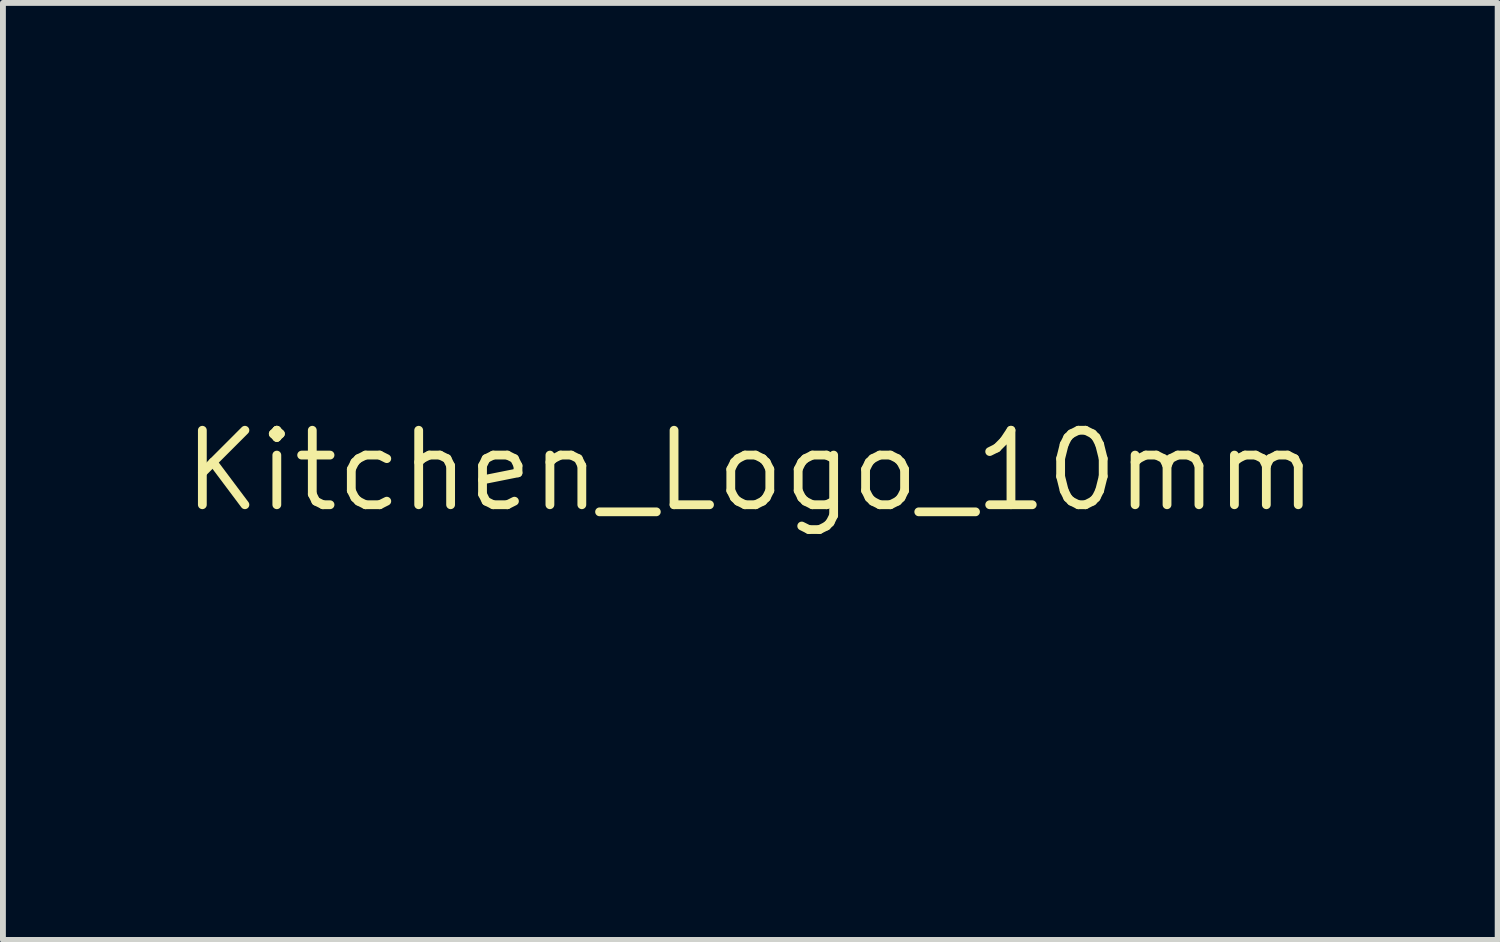
<source format=kicad_pcb>
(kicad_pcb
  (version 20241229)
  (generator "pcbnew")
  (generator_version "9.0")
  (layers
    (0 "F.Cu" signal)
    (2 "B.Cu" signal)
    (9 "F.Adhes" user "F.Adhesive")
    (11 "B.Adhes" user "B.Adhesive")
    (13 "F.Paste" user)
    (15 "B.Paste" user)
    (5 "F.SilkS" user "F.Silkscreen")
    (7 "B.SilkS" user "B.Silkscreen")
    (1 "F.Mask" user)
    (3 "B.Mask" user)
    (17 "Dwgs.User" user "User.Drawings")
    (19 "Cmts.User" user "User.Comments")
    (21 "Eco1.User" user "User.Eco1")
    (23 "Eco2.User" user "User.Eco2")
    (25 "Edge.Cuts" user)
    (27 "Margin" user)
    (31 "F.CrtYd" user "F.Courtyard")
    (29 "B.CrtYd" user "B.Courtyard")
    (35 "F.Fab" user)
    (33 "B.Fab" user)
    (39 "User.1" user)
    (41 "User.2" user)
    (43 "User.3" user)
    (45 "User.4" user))
  (footprint "Kitchen_Logo_10mm"
    (layer "F.Cu")
    (at 9.744 4.977)
    (property "Reference" "Kitchen_Logo_10mm" (at 0 0 0) (layer "F.SilkS") (effects (font (size 1.27 1.27) (thickness 0.15))))
    (attr through_hole)
    (fp_poly (pts (xy -0.988 3.925) (xy -0.974 3.979) (xy -1.004 4.05) (xy -1.058 4.064) (xy -1.129 4.034) (xy -1.143 3.979) (xy -1.113 3.909) (xy -1.058 3.895) (xy -0.988 3.925)) (stroke (width 0.01) (type solid)) (fill yes) (layer "B.Mask"))
    (fp_poly (pts (xy 4.253 3.915) (xy 4.276 3.979) (xy 4.251 4.046) (xy 4.17 4.064) (xy 4.087 4.044) (xy 4.064 3.979) (xy 4.089 3.913) (xy 4.17 3.895) (xy 4.253 3.915)) (stroke (width 0.01) (type solid)) (fill yes) (layer "B.Mask"))
    (fp_poly (pts (xy 2.023 3.491) (xy 2.069 3.519) (xy 2.037 3.554) (xy 2.031 3.558) (xy 1.994 3.59) (xy 2.024 3.598) (xy 2.064 3.633) (xy 2.067 3.694) (xy 2.039 3.761) (xy 1.967 3.788) (xy 1.912 3.79) (xy 1.812 3.784) (xy 1.757 3.767) (xy 1.755 3.765) (xy 1.754 3.71) (xy 1.772 3.616) (xy 1.834 3.508) (xy 1.937 3.473) (xy 2.023 3.491)) (stroke (width 0.01) (type solid)) (fill yes) (layer "B.Mask"))
    (fp_poly (pts (xy -0.72 3.485) (xy -0.64 3.547) (xy -0.636 3.553) (xy -0.599 3.635) (xy -0.609 3.688) (xy -0.659 3.743) (xy -0.773 3.802) (xy -0.914 3.785) (xy -0.921 3.782) (xy -0.964 3.726) (xy -0.97 3.633) (xy -0.949 3.57) (xy -0.833 3.57) (xy -0.827 3.595) (xy -0.804 3.598) (xy -0.769 3.583) (xy -0.776 3.57) (xy -0.826 3.565) (xy -0.833 3.57) (xy -0.949 3.57) (xy -0.939 3.543) (xy -0.923 3.522) (xy -0.828 3.476) (xy -0.72 3.485)) (stroke (width 0.01) (type solid)) (fill yes) (layer "B.Mask"))
    (fp_poly (pts (xy -0.434 3.479) (xy -0.324 3.499) (xy -0.274 3.543) (xy -0.261 3.59) (xy -0.276 3.713) (xy -0.351 3.788) (xy -0.468 3.802) (xy -0.54 3.782) (xy -0.592 3.741) (xy -0.571 3.704) (xy -0.488 3.684) (xy -0.466 3.683) (xy -0.376 3.671) (xy -0.339 3.644) (xy -0.339 3.643) (xy -0.371 3.584) (xy -0.44 3.573) (xy -0.482 3.594) (xy -0.549 3.617) (xy -0.588 3.566) (xy -0.593 3.525) (xy -0.564 3.486) (xy -0.471 3.477) (xy -0.434 3.479)) (stroke (width 0.01) (type solid)) (fill yes) (layer "B.Mask"))
    (fp_poly (pts (xy 1.579 3.488) (xy 1.643 3.522) (xy 1.692 3.615) (xy 1.674 3.704) (xy 1.606 3.772) (xy 1.504 3.8) (xy 1.408 3.782) (xy 1.355 3.741) (xy 1.376 3.704) (xy 1.459 3.684) (xy 1.482 3.683) (xy 1.571 3.67) (xy 1.609 3.64) (xy 1.609 3.639) (xy 1.578 3.589) (xy 1.514 3.564) (xy 1.458 3.576) (xy 1.449 3.591) (xy 1.41 3.639) (xy 1.369 3.619) (xy 1.355 3.556) (xy 1.376 3.492) (xy 1.455 3.472) (xy 1.473 3.471) (xy 1.579 3.488)) (stroke (width 0.01) (type solid)) (fill yes) (layer "B.Mask"))
    (fp_poly (pts (xy 4.349 4.158) (xy 4.398 4.191) (xy 4.403 4.216) (xy 4.367 4.28) (xy 4.318 4.306) (xy 4.249 4.358) (xy 4.227 4.444) (xy 4.251 4.529) (xy 4.319 4.578) (xy 4.328 4.58) (xy 4.409 4.619) (xy 4.437 4.667) (xy 4.435 4.705) (xy 4.4 4.727) (xy 4.316 4.738) (xy 4.167 4.741) (xy 4.128 4.741) (xy 3.963 4.739) (xy 3.867 4.73) (xy 3.824 4.711) (xy 3.816 4.676) (xy 3.818 4.667) (xy 3.869 4.604) (xy 3.948 4.58) (xy 4.017 4.565) (xy 4.051 4.527) (xy 4.063 4.441) (xy 4.064 4.358) (xy 4.064 4.149) (xy 4.233 4.149) (xy 4.349 4.158)) (stroke (width 0.01) (type solid)) (fill yes) (layer "B.Mask"))
    (fp_poly (pts (xy -1.005 4.157) (xy -0.89 4.181) (xy -0.828 4.224) (xy -0.826 4.27) (xy -0.893 4.305) (xy -0.921 4.31) (xy -0.992 4.342) (xy -1.016 4.424) (xy -1.016 4.445) (xy -1.001 4.536) (xy -0.941 4.573) (xy -0.9 4.58) (xy -0.803 4.616) (xy -0.77 4.667) (xy -0.772 4.705) (xy -0.807 4.727) (xy -0.891 4.738) (xy -1.04 4.741) (xy -1.079 4.741) (xy -1.244 4.739) (xy -1.34 4.73) (xy -1.383 4.711) (xy -1.391 4.676) (xy -1.389 4.667) (xy -1.341 4.603) (xy -1.28 4.58) (xy -1.223 4.561) (xy -1.195 4.513) (xy -1.186 4.411) (xy -1.185 4.355) (xy -1.185 4.144) (xy -1.005 4.157)) (stroke (width 0.01) (type solid)) (fill yes) (layer "B.Mask"))
    (fp_poly (pts (xy -0.676 1.934) (xy -0.496 2.012) (xy -1.528 2.433) (xy -1.806 2.547) (xy -2.059 2.654) (xy -2.274 2.749) (xy -2.443 2.826) (xy -2.554 2.881) (xy -2.595 2.908) (xy -2.656 2.963) (xy -2.771 3.034) (xy -2.916 3.109) (xy -3.066 3.174) (xy -3.126 3.189) (xy -3.17 3.166) (xy -3.214 3.092) (xy -3.256 2.995) (xy -3.3 2.872) (xy -3.319 2.78) (xy -3.313 2.75) (xy -3.242 2.712) (xy -3.118 2.667) (xy -2.974 2.624) (xy -2.84 2.593) (xy -2.755 2.583) (xy -2.685 2.568) (xy -2.55 2.524) (xy -2.362 2.457) (xy -2.135 2.372) (xy -1.88 2.272) (xy -1.751 2.22) (xy -0.855 1.856) (xy -0.676 1.934)) (stroke (width 0.01) (type solid)) (fill yes) (layer "B.Mask"))
    (fp_poly (pts (xy -2.428 4.142) (xy -2.402 4.143) (xy -2.289 4.189) (xy -2.207 4.29) (xy -2.165 4.42) (xy -2.17 4.554) (xy -2.23 4.665) (xy -2.238 4.673) (xy -2.365 4.74) (xy -2.529 4.766) (xy -2.693 4.745) (xy -2.72 4.736) (xy -2.811 4.674) (xy -2.836 4.611) (xy -2.821 4.546) (xy -2.767 4.535) (xy -2.657 4.574) (xy -2.651 4.577) (xy -2.52 4.609) (xy -2.409 4.588) (xy -2.34 4.521) (xy -2.328 4.467) (xy -2.366 4.36) (xy -2.418 4.315) (xy -2.493 4.292) (xy -2.571 4.318) (xy -2.635 4.361) (xy -2.74 4.416) (xy -2.806 4.395) (xy -2.834 4.299) (xy -2.836 4.268) (xy -2.816 4.196) (xy -2.75 4.154) (xy -2.624 4.136) (xy -2.428 4.142)) (stroke (width 0.01) (type solid)) (fill yes) (layer "B.Mask"))
    (fp_poly (pts (xy -4.825 3.486) (xy -4.75 3.522) (xy -4.704 3.612) (xy -4.713 3.707) (xy -4.752 3.755) (xy -4.8 3.822) (xy -4.805 3.849) (xy -4.833 3.914) (xy -4.903 3.917) (xy -4.96 3.885) (xy -5.008 3.811) (xy -5.014 3.789) (xy -4.953 3.789) (xy -4.932 3.81) (xy -4.911 3.789) (xy -4.932 3.768) (xy -4.953 3.789) (xy -5.014 3.789) (xy -5.043 3.692) (xy -5.05 3.651) (xy -5.052 3.626) (xy -4.934 3.626) (xy -4.902 3.674) (xy -4.868 3.683) (xy -4.813 3.653) (xy -4.807 3.644) (xy -4.809 3.593) (xy -4.86 3.567) (xy -4.911 3.578) (xy -4.934 3.626) (xy -5.052 3.626) (xy -5.061 3.539) (xy -5.046 3.487) (xy -4.991 3.472) (xy -4.936 3.471) (xy -4.825 3.486)) (stroke (width 0.01) (type solid)) (fill yes) (layer "B.Mask"))
    (fp_poly (pts (xy 2.389 3.392) (xy 2.437 3.422) (xy 2.458 3.502) (xy 2.465 3.567) (xy 2.474 3.68) (xy 2.475 3.752) (xy 2.473 3.761) (xy 2.431 3.77) (xy 2.341 3.78) (xy 2.241 3.788) (xy 2.167 3.791) (xy 2.155 3.79) (xy 2.151 3.751) (xy 2.146 3.655) (xy 2.258 3.655) (xy 2.264 3.68) (xy 2.286 3.683) (xy 2.321 3.668) (xy 2.314 3.655) (xy 2.264 3.65) (xy 2.258 3.655) (xy 2.146 3.655) (xy 2.146 3.654) (xy 2.143 3.588) (xy 2.139 3.485) (xy 2.258 3.485) (xy 2.264 3.511) (xy 2.286 3.514) (xy 2.321 3.498) (xy 2.314 3.485) (xy 2.264 3.48) (xy 2.258 3.485) (xy 2.139 3.485) (xy 2.136 3.387) (xy 2.291 3.387) (xy 2.389 3.392)) (stroke (width 0.01) (type solid)) (fill yes) (layer "B.Mask"))
    (fp_poly (pts (xy 1.732 4.149) (xy 1.812 4.165) (xy 1.93 4.162) (xy 1.949 4.16) (xy 2.07 4.161) (xy 2.14 4.194) (xy 2.147 4.248) (xy 2.102 4.297) (xy 2.042 4.386) (xy 2.041 4.496) (xy 2.098 4.59) (xy 2.118 4.606) (xy 2.175 4.661) (xy 2.179 4.7) (xy 2.128 4.72) (xy 2.02 4.734) (xy 1.885 4.741) (xy 1.75 4.74) (xy 1.644 4.731) (xy 1.597 4.716) (xy 1.582 4.658) (xy 1.629 4.603) (xy 1.717 4.573) (xy 1.74 4.572) (xy 1.831 4.557) (xy 1.862 4.504) (xy 1.863 4.489) (xy 1.825 4.403) (xy 1.732 4.338) (xy 1.612 4.311) (xy 1.577 4.313) (xy 1.498 4.299) (xy 1.482 4.256) (xy 1.518 4.19) (xy 1.602 4.145) (xy 1.697 4.137) (xy 1.732 4.149)) (stroke (width 0.01) (type solid)) (fill yes) (layer "B.Mask"))
    (fp_poly (pts (xy 3.503 4.137) (xy 3.645 4.164) (xy 3.721 4.207) (xy 3.725 4.26) (xy 3.683 4.297) (xy 3.648 4.361) (xy 3.644 4.464) (xy 3.669 4.565) (xy 3.704 4.614) (xy 3.748 4.677) (xy 3.714 4.721) (xy 3.607 4.741) (xy 3.577 4.741) (xy 3.458 4.724) (xy 3.399 4.679) (xy 3.411 4.617) (xy 3.424 4.602) (xy 3.464 4.519) (xy 3.468 4.415) (xy 3.437 4.329) (xy 3.404 4.301) (xy 3.319 4.291) (xy 3.275 4.344) (xy 3.267 4.467) (xy 3.274 4.535) (xy 3.298 4.741) (xy 3.152 4.741) (xy 3.041 4.726) (xy 3.006 4.68) (xy 3.031 4.608) (xy 3.048 4.593) (xy 3.075 4.538) (xy 3.09 4.432) (xy 3.09 4.401) (xy 3.113 4.259) (xy 3.188 4.171) (xy 3.322 4.133) (xy 3.503 4.137)) (stroke (width 0.01) (type solid)) (fill yes) (layer "B.Mask"))
    (fp_poly (pts (xy -3.964 4.137) (xy -3.849 4.192) (xy -3.748 4.291) (xy -3.689 4.406) (xy -3.683 4.448) (xy -3.721 4.573) (xy -3.823 4.674) (xy -3.967 4.743) (xy -4.134 4.768) (xy -4.275 4.748) (xy -4.361 4.697) (xy -4.396 4.64) (xy -4.395 4.595) (xy -4.358 4.577) (xy -4.265 4.582) (xy -4.206 4.589) (xy -4.069 4.597) (xy -3.964 4.585) (xy -3.937 4.573) (xy -3.925 4.549) (xy -3.984 4.535) (xy -4.12 4.53) (xy -4.138 4.53) (xy -4.283 4.527) (xy -4.363 4.515) (xy -4.396 4.486) (xy -4.403 4.442) (xy -4.377 4.343) (xy -4.173 4.343) (xy -4.14 4.356) (xy -4.064 4.358) (xy -3.973 4.354) (xy -3.958 4.338) (xy -3.99 4.315) (xy -4.092 4.296) (xy -4.138 4.315) (xy -4.173 4.343) (xy -4.377 4.343) (xy -4.365 4.297) (xy -4.265 4.19) (xy -4.119 4.134) (xy -3.964 4.137)) (stroke (width 0.01) (type solid)) (fill yes) (layer "B.Mask"))
    (fp_poly (pts (xy -1.533 3.982) (xy -1.524 4.038) (xy -1.492 4.131) (xy -1.439 4.161) (xy -1.384 4.206) (xy -1.385 4.269) (xy -1.436 4.314) (xy -1.465 4.318) (xy -1.505 4.349) (xy -1.523 4.448) (xy -1.524 4.51) (xy -1.531 4.633) (xy -1.559 4.699) (xy -1.622 4.738) (xy -1.633 4.742) (xy -1.741 4.775) (xy -1.835 4.772) (xy -1.96 4.734) (xy -2.032 4.685) (xy -2.064 4.623) (xy -2.053 4.574) (xy -1.993 4.563) (xy -1.99 4.564) (xy -1.836 4.598) (xy -1.748 4.608) (xy -1.706 4.59) (xy -1.694 4.538) (xy -1.693 4.474) (xy -1.701 4.372) (xy -1.739 4.327) (xy -1.831 4.31) (xy -1.944 4.277) (xy -1.982 4.223) (xy -1.974 4.172) (xy -1.912 4.151) (xy -1.849 4.149) (xy -1.744 4.137) (xy -1.693 4.091) (xy -1.676 4.043) (xy -1.632 3.96) (xy -1.576 3.939) (xy -1.533 3.982)) (stroke (width 0.01) (type solid)) (fill yes) (layer "B.Mask"))
    (fp_poly (pts (xy -4.675 4.14) (xy -4.562 4.161) (xy -4.495 4.195) (xy -4.487 4.214) (xy -4.515 4.284) (xy -4.53 4.297) (xy -4.562 4.357) (xy -4.571 4.456) (xy -4.557 4.55) (xy -4.53 4.593) (xy -4.491 4.654) (xy -4.487 4.68) (xy -4.519 4.723) (xy -4.62 4.741) (xy -4.657 4.741) (xy -4.776 4.73) (xy -4.824 4.694) (xy -4.826 4.68) (xy -4.8 4.608) (xy -4.784 4.593) (xy -4.746 4.528) (xy -4.748 4.429) (xy -4.785 4.339) (xy -4.805 4.318) (xy -4.873 4.287) (xy -4.932 4.318) (xy -4.98 4.396) (xy -4.994 4.496) (xy -4.97 4.577) (xy -4.953 4.593) (xy -4.904 4.651) (xy -4.927 4.705) (xy -5.011 4.738) (xy -5.062 4.741) (xy -5.162 4.736) (xy -5.198 4.707) (xy -5.193 4.632) (xy -5.189 4.614) (xy -5.162 4.472) (xy -5.14 4.359) (xy -5.093 4.248) (xy -5.023 4.175) (xy -4.932 4.146) (xy -4.807 4.134) (xy -4.675 4.14)) (stroke (width 0.01) (type solid)) (fill yes) (layer "B.Mask"))
    (fp_poly (pts (xy -3.961 3.492) (xy -3.958 3.567) (xy -3.965 3.609) (xy -3.987 3.708) (xy -4.005 3.762) (xy -4.006 3.763) (xy -4.058 3.778) (xy -4.167 3.787) (xy -4.306 3.79) (xy -4.446 3.788) (xy -4.56 3.779) (xy -4.618 3.765) (xy -4.643 3.732) (xy -4.593 3.699) (xy -4.574 3.692) (xy -4.509 3.659) (xy -4.518 3.627) (xy -4.533 3.617) (xy -4.603 3.583) (xy -4.625 3.578) (xy -4.656 3.545) (xy -4.657 3.535) (xy -4.62 3.505) (xy -4.529 3.485) (xy -4.509 3.484) (xy -4.411 3.483) (xy -4.376 3.508) (xy -4.384 3.573) (xy -4.382 3.664) (xy -4.342 3.697) (xy -4.294 3.696) (xy -4.277 3.633) (xy -4.276 3.597) (xy -4.262 3.505) (xy -4.212 3.473) (xy -4.19 3.471) (xy -4.13 3.486) (xy -4.124 3.546) (xy -4.131 3.577) (xy -4.137 3.66) (xy -4.111 3.683) (xy -4.076 3.647) (xy -4.064 3.577) (xy -4.042 3.493) (xy -4.002 3.471) (xy -3.961 3.492)) (stroke (width 0.01) (type solid)) (fill yes) (layer "B.Mask"))
    (fp_poly (pts (xy -2.926 3.48) (xy -2.825 3.495) (xy -2.786 3.531) (xy -2.785 3.598) (xy -2.798 3.704) (xy -2.742 3.598) (xy -2.732 3.588) (xy -2.606 3.588) (xy -2.565 3.595) (xy -2.51 3.587) (xy -2.509 3.573) (xy -2.566 3.563) (xy -2.59 3.569) (xy -2.606 3.588) (xy -2.732 3.588) (xy -2.667 3.519) (xy -2.566 3.484) (xy -2.466 3.492) (xy -2.393 3.542) (xy -2.371 3.614) (xy -2.389 3.698) (xy -2.448 3.751) (xy -2.561 3.779) (xy -2.744 3.789) (xy -2.775 3.789) (xy -2.931 3.786) (xy -3.049 3.779) (xy -3.108 3.77) (xy -3.11 3.768) (xy -3.113 3.715) (xy -3.103 3.617) (xy -3.101 3.607) (xy -3.1 3.603) (xy -2.997 3.603) (xy -2.983 3.671) (xy -2.955 3.724) (xy -2.939 3.698) (xy -2.932 3.669) (xy -2.928 3.592) (xy -2.938 3.567) (xy -2.979 3.557) (xy -2.997 3.603) (xy -3.1 3.603) (xy -3.08 3.515) (xy -3.036 3.479) (xy -2.94 3.479) (xy -2.926 3.48)) (stroke (width 0.01) (type solid)) (fill yes) (layer "B.Mask"))
    (fp_poly (pts (xy 1.37 4.166) (xy 1.424 4.214) (xy 1.402 4.289) (xy 1.385 4.31) (xy 1.317 4.405) (xy 1.25 4.526) (xy 1.195 4.648) (xy 1.164 4.744) (xy 1.165 4.785) (xy 1.224 4.82) (xy 1.267 4.826) (xy 1.345 4.849) (xy 1.405 4.9) (xy 1.419 4.955) (xy 1.411 4.967) (xy 1.356 4.983) (xy 1.245 4.993) (xy 1.157 4.995) (xy 1.019 4.989) (xy 0.949 4.968) (xy 0.931 4.932) (xy 0.955 4.876) (xy 0.976 4.868) (xy 0.978 4.834) (xy 0.945 4.742) (xy 0.885 4.609) (xy 0.849 4.539) (xy 0.772 4.388) (xy 0.713 4.265) (xy 0.681 4.191) (xy 0.677 4.179) (xy 0.715 4.159) (xy 0.807 4.149) (xy 0.83 4.149) (xy 0.93 4.155) (xy 0.966 4.182) (xy 0.96 4.244) (xy 0.962 4.353) (xy 0.992 4.442) (xy 1.048 4.544) (xy 1.096 4.453) (xy 1.124 4.341) (xy 1.118 4.255) (xy 1.108 4.184) (xy 1.14 4.155) (xy 1.236 4.149) (xy 1.242 4.149) (xy 1.37 4.166)) (stroke (width 0.01) (type solid)) (fill yes) (layer "B.Mask"))
    (fp_poly (pts (xy 2.762 4.141) (xy 2.851 4.164) (xy 2.878 4.229) (xy 2.879 4.239) (xy 2.87 4.295) (xy 2.827 4.314) (xy 2.728 4.305) (xy 2.712 4.302) (xy 2.602 4.293) (xy 2.532 4.303) (xy 2.524 4.31) (xy 2.546 4.333) (xy 2.629 4.347) (xy 2.651 4.348) (xy 2.795 4.379) (xy 2.906 4.452) (xy 2.961 4.551) (xy 2.963 4.576) (xy 2.928 4.659) (xy 2.844 4.734) (xy 2.745 4.775) (xy 2.71 4.776) (xy 2.631 4.768) (xy 2.505 4.757) (xy 2.445 4.753) (xy 2.305 4.73) (xy 2.246 4.691) (xy 2.244 4.678) (xy 2.27 4.607) (xy 2.286 4.593) (xy 2.315 4.537) (xy 2.321 4.493) (xy 2.505 4.493) (xy 2.514 4.517) (xy 2.559 4.552) (xy 2.667 4.608) (xy 2.748 4.599) (xy 2.77 4.576) (xy 2.759 4.534) (xy 2.686 4.501) (xy 2.573 4.489) (xy 2.568 4.489) (xy 2.505 4.493) (xy 2.321 4.493) (xy 2.328 4.435) (xy 2.328 4.429) (xy 2.347 4.284) (xy 2.409 4.192) (xy 2.527 4.146) (xy 2.711 4.138) (xy 2.762 4.141)) (stroke (width 0.01) (type solid)) (fill yes) (layer "B.Mask"))
    (fp_poly (pts (xy -2.931 3.916) (xy -2.889 3.969) (xy -2.916 4.034) (xy -2.942 4.1) (xy -2.959 4.22) (xy -2.963 4.318) (xy -2.955 4.457) (xy -2.935 4.564) (xy -2.916 4.602) (xy -2.887 4.667) (xy -2.932 4.717) (xy -3.039 4.74) (xy -3.069 4.741) (xy -3.187 4.724) (xy -3.246 4.681) (xy -3.234 4.621) (xy -3.203 4.593) (xy -3.144 4.51) (xy -3.133 4.452) (xy -3.164 4.371) (xy -3.236 4.308) (xy -3.317 4.288) (xy -3.345 4.297) (xy -3.377 4.358) (xy -3.385 4.456) (xy -3.371 4.55) (xy -3.344 4.593) (xy -3.305 4.654) (xy -3.302 4.68) (xy -3.333 4.723) (xy -3.434 4.741) (xy -3.471 4.741) (xy -3.594 4.728) (xy -3.64 4.69) (xy -3.641 4.686) (xy -3.613 4.606) (xy -3.601 4.591) (xy -3.573 4.526) (xy -3.551 4.414) (xy -3.548 4.382) (xy -3.526 4.259) (xy -3.471 4.188) (xy -3.419 4.158) (xy -3.305 4.125) (xy -3.218 4.148) (xy -3.161 4.17) (xy -3.138 4.142) (xy -3.133 4.047) (xy -3.133 4.044) (xy -3.125 3.943) (xy -3.09 3.902) (xy -3.029 3.895) (xy -2.931 3.916)) (stroke (width 0.01) (type solid)) (fill yes) (layer "B.Mask"))
    (fp_poly (pts (xy -3.553 3.355) (xy -3.536 3.403) (xy -3.544 3.51) (xy -3.545 3.52) (xy -3.554 3.631) (xy -3.539 3.671) (xy -3.519 3.665) (xy -3.517 3.662) (xy -3.302 3.662) (xy -3.281 3.683) (xy -3.26 3.662) (xy -3.281 3.641) (xy -3.302 3.662) (xy -3.517 3.662) (xy -3.481 3.602) (xy -3.481 3.563) (xy -3.464 3.509) (xy -3.382 3.482) (xy -3.355 3.479) (xy -3.26 3.479) (xy -3.215 3.498) (xy -3.214 3.5) (xy -3.205 3.565) (xy -3.191 3.65) (xy -3.191 3.739) (xy -3.245 3.782) (xy -3.28 3.792) (xy -3.382 3.796) (xy -3.444 3.773) (xy -3.504 3.744) (xy -3.524 3.75) (xy -3.61 3.788) (xy -3.728 3.793) (xy -3.836 3.768) (xy -3.869 3.745) (xy -3.925 3.681) (xy -3.928 3.627) (xy -3.925 3.619) (xy -3.81 3.619) (xy -3.776 3.676) (xy -3.747 3.683) (xy -3.69 3.649) (xy -3.683 3.619) (xy -3.717 3.563) (xy -3.747 3.556) (xy -3.803 3.59) (xy -3.81 3.619) (xy -3.925 3.619) (xy -3.893 3.553) (xy -3.823 3.487) (xy -3.766 3.471) (xy -3.698 3.445) (xy -3.683 3.408) (xy -3.648 3.356) (xy -3.602 3.344) (xy -3.553 3.355)) (stroke (width 0.01) (type solid)) (fill yes) (layer "B.Mask"))
    (fp_poly (pts (xy -0.398 3.96) (xy -0.342 4.034) (xy -0.284 4.135) (xy -0.237 4.187) (xy -0.185 4.221) (xy -0.17 4.19) (xy -0.169 4.175) (xy -0.203 4.116) (xy -0.236 4.106) (xy -0.287 4.075) (xy -0.289 4.032) (xy -0.24 3.974) (xy -0.146 3.944) (xy -0.038 3.943) (xy 0.046 3.974) (xy 0.071 4.006) (xy 0.073 4.076) (xy 0.05 4.097) (xy 0.017 4.147) (xy 0.001 4.251) (xy 0.001 4.38) (xy 0.016 4.504) (xy 0.047 4.594) (xy 0.063 4.614) (xy 0.108 4.676) (xy 0.072 4.718) (xy -0.041 4.739) (xy -0.108 4.741) (xy -0.236 4.725) (xy -0.298 4.684) (xy -0.288 4.628) (xy -0.226 4.579) (xy -0.178 4.513) (xy -0.184 4.467) (xy -0.227 4.424) (xy -0.286 4.454) (xy -0.352 4.551) (xy -0.382 4.616) (xy -0.442 4.71) (xy -0.53 4.741) (xy -0.548 4.741) (xy -0.642 4.733) (xy -0.689 4.716) (xy -0.699 4.658) (xy -0.665 4.594) (xy -0.62 4.571) (xy -0.568 4.539) (xy -0.499 4.457) (xy -0.477 4.426) (xy -0.383 4.28) (xy -0.535 4.155) (xy -0.633 4.056) (xy -0.652 3.985) (xy -0.594 3.946) (xy -0.504 3.937) (xy -0.398 3.96)) (stroke (width 0.01) (type solid)) (fill yes) (layer "B.Mask"))
    (fp_poly (pts (xy 5.128 3.944) (xy 5.206 3.969) (xy 5.237 4.009) (xy 5.237 4.076) (xy 5.215 4.097) (xy 5.186 4.145) (xy 5.17 4.247) (xy 5.165 4.373) (xy 5.173 4.492) (xy 5.193 4.575) (xy 5.207 4.593) (xy 5.246 4.654) (xy 5.249 4.68) (xy 5.23 4.713) (xy 5.164 4.732) (xy 5.036 4.74) (xy 4.934 4.741) (xy 4.768 4.738) (xy 4.664 4.726) (xy 4.6 4.699) (xy 4.556 4.651) (xy 4.553 4.647) (xy 4.495 4.538) (xy 4.497 4.515) (xy 4.666 4.515) (xy 4.688 4.551) (xy 4.785 4.571) (xy 4.822 4.572) (xy 4.94 4.563) (xy 4.99 4.53) (xy 4.995 4.506) (xy 4.974 4.462) (xy 4.896 4.45) (xy 4.84 4.453) (xy 4.717 4.477) (xy 4.666 4.515) (xy 4.497 4.515) (xy 4.503 4.457) (xy 4.539 4.41) (xy 4.571 4.335) (xy 4.579 4.223) (xy 4.579 4.216) (xy 4.583 4.183) (xy 4.749 4.183) (xy 4.763 4.233) (xy 4.821 4.266) (xy 4.892 4.276) (xy 4.974 4.255) (xy 4.995 4.191) (xy 4.97 4.124) (xy 4.892 4.106) (xy 4.792 4.128) (xy 4.749 4.183) (xy 4.583 4.183) (xy 4.597 4.082) (xy 4.68 3.993) (xy 4.834 3.946) (xy 4.985 3.937) (xy 5.128 3.944)) (stroke (width 0.01) (type solid)) (fill yes) (layer "B.Mask"))
    (fp_poly (pts (xy -1.25 3.586) (xy -1.263 3.719) (xy -1.292 3.781) (xy -1.304 3.785) (xy -1.4 3.773) (xy -1.427 3.752) (xy -1.4 3.708) (xy -1.397 3.704) (xy -1.368 3.653) (xy -1.377 3.641) (xy -1.425 3.671) (xy -1.459 3.709) (xy -1.537 3.758) (xy -1.664 3.786) (xy -1.807 3.79) (xy -1.93 3.766) (xy -2.033 3.754) (xy -2.089 3.805) (xy -2.095 3.849) (xy -2.124 3.914) (xy -2.193 3.917) (xy -2.251 3.885) (xy -2.298 3.811) (xy -2.305 3.789) (xy -2.244 3.789) (xy -2.223 3.81) (xy -2.201 3.789) (xy -2.223 3.768) (xy -2.244 3.789) (xy -2.305 3.789) (xy -2.334 3.692) (xy -2.341 3.651) (xy -2.342 3.633) (xy -2.234 3.633) (xy -2.216 3.676) (xy -2.184 3.683) (xy -2.125 3.649) (xy -2.117 3.616) (xy -2.131 3.588) (xy -1.844 3.588) (xy -1.803 3.595) (xy -1.748 3.587) (xy -1.747 3.573) (xy -1.804 3.563) (xy -1.828 3.569) (xy -1.844 3.588) (xy -2.131 3.588) (xy -2.141 3.57) (xy -2.192 3.577) (xy -2.234 3.633) (xy -2.342 3.633) (xy -2.351 3.539) (xy -2.336 3.487) (xy -2.281 3.472) (xy -2.224 3.471) (xy -2.111 3.49) (xy -2.032 3.534) (xy -2.032 3.535) (xy -1.983 3.577) (xy -1.94 3.546) (xy -1.929 3.531) (xy -1.847 3.48) (xy -1.744 3.489) (xy -1.652 3.553) (xy -1.621 3.598) (xy -1.586 3.66) (xy -1.567 3.662) (xy -1.557 3.593) (xy -1.552 3.514) (xy -1.439 3.514) (xy -1.407 3.555) (xy -1.397 3.556) (xy -1.356 3.524) (xy -1.355 3.514) (xy -1.387 3.473) (xy -1.397 3.471) (xy -1.438 3.504) (xy -1.439 3.514) (xy -1.552 3.514) (xy -1.533 3.44) (xy -1.473 3.406) (xy -1.396 3.395) (xy -1.247 3.383) (xy -1.25 3.586)) (stroke (width 0.01) (type solid)) (fill yes) (layer "B.Mask"))
    (fp_poly (pts (xy 1.275 3.385) (xy 1.29 3.509) (xy 1.291 3.556) (xy 1.281 3.701) (xy 1.25 3.765) (xy 1.238 3.768) (xy 1.189 3.739) (xy 1.185 3.722) (xy 1.162 3.711) (xy 1.119 3.744) (xy 1.037 3.787) (xy 0.982 3.772) (xy 0.879 3.758) (xy 0.836 3.774) (xy 0.731 3.799) (xy 0.644 3.771) (xy 0.601 3.703) (xy 0.601 3.673) (xy 0.59 3.595) (xy 0.561 3.567) (xy 0.525 3.587) (xy 0.509 3.657) (xy 0.512 3.745) (xy 0.537 3.816) (xy 0.555 3.834) (xy 0.574 3.872) (xy 0.544 3.899) (xy 0.476 3.932) (xy 0.415 3.916) (xy 0.381 3.894) (xy 0.339 3.854) (xy 0.373 3.816) (xy 0.381 3.811) (xy 0.415 3.779) (xy 0.374 3.769) (xy 0.352 3.768) (xy 0.265 3.749) (xy 0.231 3.723) (xy 0.182 3.709) (xy 0.128 3.746) (xy 0.015 3.795) (xy -0.063 3.792) (xy -0.162 3.77) (xy -0.197 3.733) (xy -0.185 3.652) (xy -0.178 3.626) (xy 0.273 3.626) (xy 0.305 3.674) (xy 0.339 3.683) (xy 0.394 3.653) (xy 0.4 3.644) (xy 0.398 3.593) (xy 0.347 3.567) (xy 0.296 3.578) (xy 0.273 3.626) (xy -0.178 3.626) (xy -0.176 3.617) (xy -0.133 3.525) (xy -0.051 3.485) (xy -0.008 3.479) (xy 0.085 3.482) (xy 0.127 3.508) (xy 0.127 3.511) (xy 0.094 3.553) (xy 0.074 3.557) (xy 0.05 3.57) (xy 0.083 3.596) (xy 0.15 3.604) (xy 0.2 3.555) (xy 0.246 3.512) (xy 0.321 3.487) (xy 0.447 3.477) (xy 0.554 3.476) (xy 0.724 3.482) (xy 0.825 3.5) (xy 0.868 3.532) (xy 0.87 3.538) (xy 0.907 3.653) (xy 0.935 3.704) (xy 0.97 3.706) (xy 1.023 3.679) (xy 1.086 3.638) (xy 1.077 3.603) (xy 1.045 3.578) (xy 0.981 3.514) (xy 0.994 3.479) (xy 1.079 3.482) (xy 1.16 3.483) (xy 1.185 3.435) (xy 1.185 3.423) (xy 1.209 3.358) (xy 1.238 3.344) (xy 1.275 3.385)) (stroke (width 0.01) (type solid)) (fill yes) (layer "B.Mask"))
    (fp_poly (pts (xy 4.314 -0.572) (xy 4.398 -0.503) (xy 4.478 -0.374) (xy 4.548 -0.215) (xy 4.62 -0.017) (xy 4.65 0.124) (xy 4.641 0.224) (xy 4.592 0.299) (xy 4.581 0.31) (xy 4.515 0.35) (xy 4.383 0.414) (xy 4.199 0.497) (xy 3.973 0.594) (xy 3.72 0.701) (xy 3.451 0.811) (xy 3.18 0.92) (xy 2.917 1.023) (xy 2.677 1.115) (xy 2.471 1.19) (xy 2.312 1.245) (xy 2.212 1.273) (xy 2.19 1.275) (xy 2.089 1.292) (xy 2.048 1.333) (xy 1.991 1.382) (xy 1.919 1.397) (xy 1.832 1.372) (xy 1.776 1.283) (xy 1.772 1.27) (xy 1.725 1.182) (xy 1.674 1.143) (xy 1.672 1.143) (xy 1.613 1.159) (xy 1.494 1.201) (xy 1.332 1.264) (xy 1.162 1.333) (xy 0.978 1.409) (xy 0.822 1.469) (xy 0.71 1.509) (xy 0.66 1.522) (xy 0.595 1.502) (xy 0.493 1.456) (xy 0.472 1.445) (xy 0.331 1.37) (xy 0.938 1.122) (xy 1.13 1.044) (xy 2.119 1.044) (xy 2.132 1.044) (xy 2.17 1.032) (xy 2.241 1.006) (xy 2.353 0.962) (xy 2.513 0.897) (xy 2.731 0.809) (xy 3.014 0.693) (xy 3.26 0.593) (xy 3.527 0.483) (xy 3.768 0.381) (xy 3.973 0.292) (xy 4.13 0.222) (xy 4.228 0.175) (xy 4.255 0.159) (xy 4.27 0.143) (xy 4.277 0.133) (xy 4.267 0.131) (xy 4.232 0.141) (xy 4.165 0.166) (xy 4.057 0.208) (xy 3.901 0.271) (xy 3.688 0.358) (xy 3.41 0.472) (xy 3.176 0.569) (xy 2.903 0.682) (xy 2.655 0.786) (xy 2.444 0.877) (xy 2.279 0.95) (xy 2.174 1) (xy 2.138 1.02) (xy 2.124 1.035) (xy 2.119 1.044) (xy 1.13 1.044) (xy 1.148 1.037) (xy 1.329 0.962) (xy 1.467 0.904) (xy 1.548 0.869) (xy 1.563 0.861) (xy 1.563 0.815) (xy 1.542 0.721) (xy 1.535 0.698) (xy 1.526 0.63) (xy 1.948 0.63) (xy 1.96 0.631) (xy 1.997 0.62) (xy 2.068 0.594) (xy 2.179 0.551) (xy 2.338 0.487) (xy 2.554 0.4) (xy 2.834 0.286) (xy 3.127 0.168) (xy 3.453 0.036) (xy 3.71 -0.066) (xy 3.907 -0.14) (xy 4.053 -0.19) (xy 4.155 -0.219) (xy 4.224 -0.23) (xy 4.267 -0.225) (xy 4.28 -0.219) (xy 4.344 -0.194) (xy 4.36 -0.211) (xy 4.324 -0.251) (xy 4.255 -0.279) (xy 4.195 -0.277) (xy 4.09 -0.252) (xy 3.931 -0.201) (xy 3.714 -0.121) (xy 3.431 -0.012) (xy 3.08 0.129) (xy 2.797 0.245) (xy 2.539 0.353) (xy 2.316 0.447) (xy 2.14 0.523) (xy 2.021 0.578) (xy 1.969 0.605) (xy 1.968 0.606) (xy 1.954 0.621) (xy 1.948 0.63) (xy 1.526 0.63) (xy 1.518 0.562) (xy 1.559 0.475) (xy 1.65 0.447) (xy 1.698 0.455) (xy 1.8 0.443) (xy 1.858 0.392) (xy 1.913 0.355) (xy 2.034 0.293) (xy 2.21 0.21) (xy 2.428 0.113) (xy 2.675 0.006) (xy 2.939 -0.106) (xy 3.207 -0.218) (xy 3.468 -0.324) (xy 3.709 -0.419) (xy 3.917 -0.498) (xy 4.081 -0.556) (xy 4.187 -0.588) (xy 4.215 -0.593) (xy 4.314 -0.572)) (stroke (width 0.01) (type solid)) (fill yes) (layer "B.Mask"))
    (fp_poly (pts (xy -4.901 -0.497) (xy -4.741 -0.449) (xy -4.562 -0.377) (xy -4.409 -0.312) (xy -4.314 -0.28) (xy -4.261 -0.279) (xy -4.23 -0.304) (xy -4.225 -0.313) (xy -4.171 -0.371) (xy -4.142 -0.381) (xy -4.093 -0.365) (xy -3.977 -0.318) (xy -3.803 -0.246) (xy -3.582 -0.153) (xy -3.322 -0.042) (xy -3.035 0.082) (xy -2.932 0.127) (xy -2.638 0.254) (xy -2.37 0.37) (xy -2.136 0.47) (xy -1.947 0.55) (xy -1.813 0.606) (xy -1.742 0.633) (xy -1.735 0.635) (xy -1.702 0.599) (xy -1.652 0.508) (xy -1.613 0.423) (xy -1.546 0.29) (xy -1.48 0.227) (xy -1.393 0.222) (xy -1.289 0.255) (xy -1.208 0.301) (xy -1.192 0.372) (xy -1.198 0.414) (xy -1.206 0.482) (xy -1.196 0.546) (xy -1.163 0.61) (xy -1.098 0.678) (xy -0.998 0.754) (xy -0.853 0.843) (xy -0.659 0.949) (xy -0.409 1.075) (xy -0.097 1.227) (xy 0.285 1.408) (xy 0.402 1.463) (xy 0.724 1.615) (xy 1.023 1.758) (xy 1.29 1.887) (xy 1.517 1.999) (xy 1.693 2.088) (xy 1.81 2.15) (xy 1.859 2.18) (xy 1.898 2.248) (xy 1.876 2.338) (xy 1.873 2.343) (xy 1.85 2.423) (xy 1.887 2.47) (xy 1.929 2.491) (xy 2.01 2.515) (xy 2.06 2.479) (xy 2.077 2.45) (xy 2.146 2.377) (xy 2.255 2.309) (xy 2.275 2.3) (xy 2.396 2.262) (xy 2.509 2.264) (xy 2.608 2.287) (xy 2.791 2.365) (xy 2.899 2.477) (xy 2.935 2.626) (xy 2.935 2.632) (xy 2.901 2.777) (xy 2.805 2.872) (xy 2.656 2.912) (xy 2.463 2.892) (xy 2.423 2.882) (xy 2.331 2.86) (xy 2.287 2.858) (xy 2.286 2.86) (xy 2.322 2.887) (xy 2.417 2.941) (xy 2.556 3.011) (xy 2.719 3.09) (xy 2.889 3.169) (xy 3.049 3.239) (xy 3.102 3.261) (xy 3.255 3.334) (xy 3.329 3.396) (xy 3.335 3.423) (xy 3.317 3.47) (xy 3.277 3.49) (xy 3.204 3.48) (xy 3.084 3.438) (xy 2.905 3.361) (xy 2.824 3.325) (xy 2.565 3.205) (xy 2.374 3.107) (xy 2.238 3.026) (xy 2.148 2.952) (xy 2.089 2.878) (xy 2.067 2.836) (xy 1.997 2.733) (xy 1.903 2.664) (xy 1.809 2.639) (xy 1.738 2.667) (xy 1.729 2.681) (xy 1.689 2.725) (xy 1.626 2.744) (xy 1.53 2.735) (xy 1.39 2.696) (xy 1.194 2.624) (xy 1.12 2.594) (xy 2.215 2.594) (xy 2.284 2.647) (xy 2.36 2.681) (xy 2.544 2.74) (xy 2.675 2.738) (xy 2.752 2.687) (xy 2.782 2.626) (xy 2.748 2.56) (xy 2.732 2.542) (xy 2.604 2.454) (xy 2.453 2.428) (xy 2.312 2.469) (xy 2.305 2.474) (xy 2.223 2.541) (xy 2.215 2.594) (xy 1.12 2.594) (xy 0.934 2.518) (xy 0.926 2.515) (xy 0.378 2.288) (xy -0.104 2.093) (xy -0.518 1.929) (xy -0.862 1.799) (xy -1.136 1.702) (xy -1.336 1.639) (xy -1.462 1.61) (xy -1.485 1.609) (xy -1.635 1.633) (xy -1.745 1.712) (xy -1.817 1.778) (xy -1.881 1.791) (xy -1.978 1.757) (xy -1.979 1.756) (xy -2.07 1.707) (xy -2.108 1.645) (xy -2.098 1.552) (xy -2.041 1.407) (xy -2.034 1.391) (xy -1.991 1.278) (xy -1.976 1.197) (xy -1.981 1.178) (xy -2.026 1.154) (xy -2.139 1.102) (xy -2.31 1.024) (xy -2.529 0.926) (xy -2.786 0.812) (xy -3.072 0.687) (xy -3.175 0.642) (xy -3.507 0.497) (xy -3.77 0.381) (xy -3.97 0.29) (xy -4.118 0.219) (xy -4.22 0.164) (xy -4.285 0.122) (xy -4.321 0.087) (xy -4.335 0.055) (xy -4.338 0.029) (xy -4.348 -0.032) (xy -4.39 -0.082) (xy -4.482 -0.134) (xy -4.613 -0.19) (xy -4.827 -0.288) (xy -4.968 -0.376) (xy -5.034 -0.452) (xy -5.038 -0.472) (xy -5.002 -0.506) (xy -4.901 -0.497)) (stroke (width 0.01) (type solid)) (fill yes) (layer "B.Mask"))
    (fp_poly (pts (xy 1.764 -4.963) (xy 2.024 -4.929) (xy 2.241 -4.867) (xy 2.431 -4.77) (xy 2.616 -4.631) (xy 2.643 -4.608) (xy 2.843 -4.393) (xy 2.959 -4.171) (xy 2.995 -3.936) (xy 2.965 -3.73) (xy 2.872 -3.532) (xy 2.714 -3.341) (xy 2.506 -3.172) (xy 2.268 -3.037) (xy 2.017 -2.951) (xy 1.951 -2.938) (xy 1.843 -2.916) (xy 1.793 -2.88) (xy 1.779 -2.802) (xy 1.778 -2.725) (xy 1.783 -2.61) (xy 1.805 -2.556) (xy 1.86 -2.541) (xy 1.885 -2.54) (xy 1.976 -2.516) (xy 2.018 -2.473) (xy 2.025 -2.407) (xy 2.025 -2.273) (xy 2.02 -2.083) (xy 2.011 -1.85) (xy 1.997 -1.59) (xy 1.981 -1.313) (xy 1.963 -1.035) (xy 1.944 -0.768) (xy 1.924 -0.526) (xy 1.905 -0.323) (xy 1.887 -0.171) (xy 1.871 -0.084) (xy 1.865 -0.07) (xy 1.814 -0.06) (xy 1.69 -0.05) (xy 1.504 -0.041) (xy 1.268 -0.033) (xy 0.994 -0.026) (xy 0.692 -0.02) (xy 0.376 -0.016) (xy 0.055 -0.013) (xy -0.258 -0.012) (xy -0.553 -0.012) (xy -0.816 -0.015) (xy -1.037 -0.02) (xy -1.205 -0.027) (xy -1.235 -0.029) (xy -1.374 -0.047) (xy -1.481 -0.077) (xy -1.52 -0.101) (xy -1.533 -0.154) (xy -1.549 -0.279) (xy -1.567 -0.462) (xy -1.587 -0.689) (xy -1.607 -0.946) (xy -1.626 -1.22) (xy -1.628 -1.251) (xy -0.825 -1.251) (xy -0.808 -1.023) (xy -0.744 -0.809) (xy -0.63 -0.629) (xy -0.616 -0.614) (xy -0.468 -0.496) (xy -0.323 -0.463) (xy -0.176 -0.514) (xy -0.063 -0.606) (xy 0.065 -0.786) (xy 0.128 -0.967) (xy 0.557 -0.967) (xy 0.559 -0.753) (xy 0.571 -0.604) (xy 0.594 -0.507) (xy 0.632 -0.453) (xy 0.687 -0.431) (xy 0.761 -0.43) (xy 0.78 -0.432) (xy 0.91 -0.445) (xy 0.91 -1.968) (xy 0.572 -1.968) (xy 0.56 -1.254) (xy 0.557 -0.967) (xy 0.128 -0.967) (xy 0.14 -1.001) (xy 0.163 -1.234) (xy 0.135 -1.463) (xy 0.058 -1.672) (xy -0.066 -1.841) (xy -0.177 -1.923) (xy -0.285 -1.974) (xy -0.369 -1.979) (xy -0.461 -1.949) (xy -0.613 -1.844) (xy -0.725 -1.68) (xy -0.797 -1.476) (xy -0.825 -1.251) (xy -1.628 -1.251) (xy -1.643 -1.498) (xy -1.659 -1.766) (xy -1.671 -2.01) (xy -1.679 -2.217) (xy -1.682 -2.374) (xy -1.679 -2.467) (xy -1.676 -2.483) (xy -1.621 -2.527) (xy -1.55 -2.54) (xy -1.491 -2.547) (xy -1.458 -2.583) (xy -1.441 -2.668) (xy -1.433 -2.773) (xy -1.43 -2.865) (xy 1.538 -2.865) (xy 1.544 -2.839) (xy 1.566 -2.836) (xy 1.601 -2.852) (xy 1.595 -2.865) (xy 1.544 -2.87) (xy 1.538 -2.865) (xy -1.43 -2.865) (xy -1.429 -2.911) (xy -1.442 -2.983) (xy -1.475 -3.006) (xy -1.482 -3.006) (xy -1.595 -3.032) (xy -1.744 -3.1) (xy -1.901 -3.192) (xy -2.04 -3.295) (xy -2.106 -3.36) (xy -2.236 -3.56) (xy -2.287 -3.764) (xy -2.26 -3.965) (xy -2.17 -4.135) (xy -0.325 -4.135) (xy -0.319 -4.109) (xy -0.296 -4.106) (xy -0.261 -4.122) (xy -0.268 -4.135) (xy -0.318 -4.14) (xy -0.325 -4.135) (xy -2.17 -4.135) (xy -2.159 -4.154) (xy -2.143 -4.17) (xy -0.212 -4.17) (xy -0.191 -4.149) (xy -0.169 -4.17) (xy -0.191 -4.191) (xy -0.212 -4.17) (xy -2.143 -4.17) (xy -1.988 -4.324) (xy -1.75 -4.467) (xy -1.593 -4.531) (xy -1.341 -4.592) (xy -1.057 -4.616) (xy -0.764 -4.604) (xy -0.487 -4.559) (xy -0.252 -4.483) (xy -0.145 -4.426) (xy -0.075 -4.366) (xy -0.069 -4.303) (xy -0.085 -4.264) (xy -0.107 -4.212) (xy -0.09 -4.229) (xy -0.056 -4.276) (xy 0.116 -4.482) (xy 0.328 -4.672) (xy 0.55 -4.82) (xy 0.661 -4.873) (xy 0.781 -4.916) (xy 0.897 -4.945) (xy 1.032 -4.962) (xy 1.207 -4.97) (xy 1.439 -4.972) (xy 1.764 -4.963)) (stroke (width 0.01) (type solid)) (fill yes) (layer "B.Mask")))
  (gr_rect
    (start -3 -3)
    (end 22.488 12.978)
    (stroke (width 0.1) (type default))
    (fill no)
    (layer "Edge.Cuts")))
</source>
